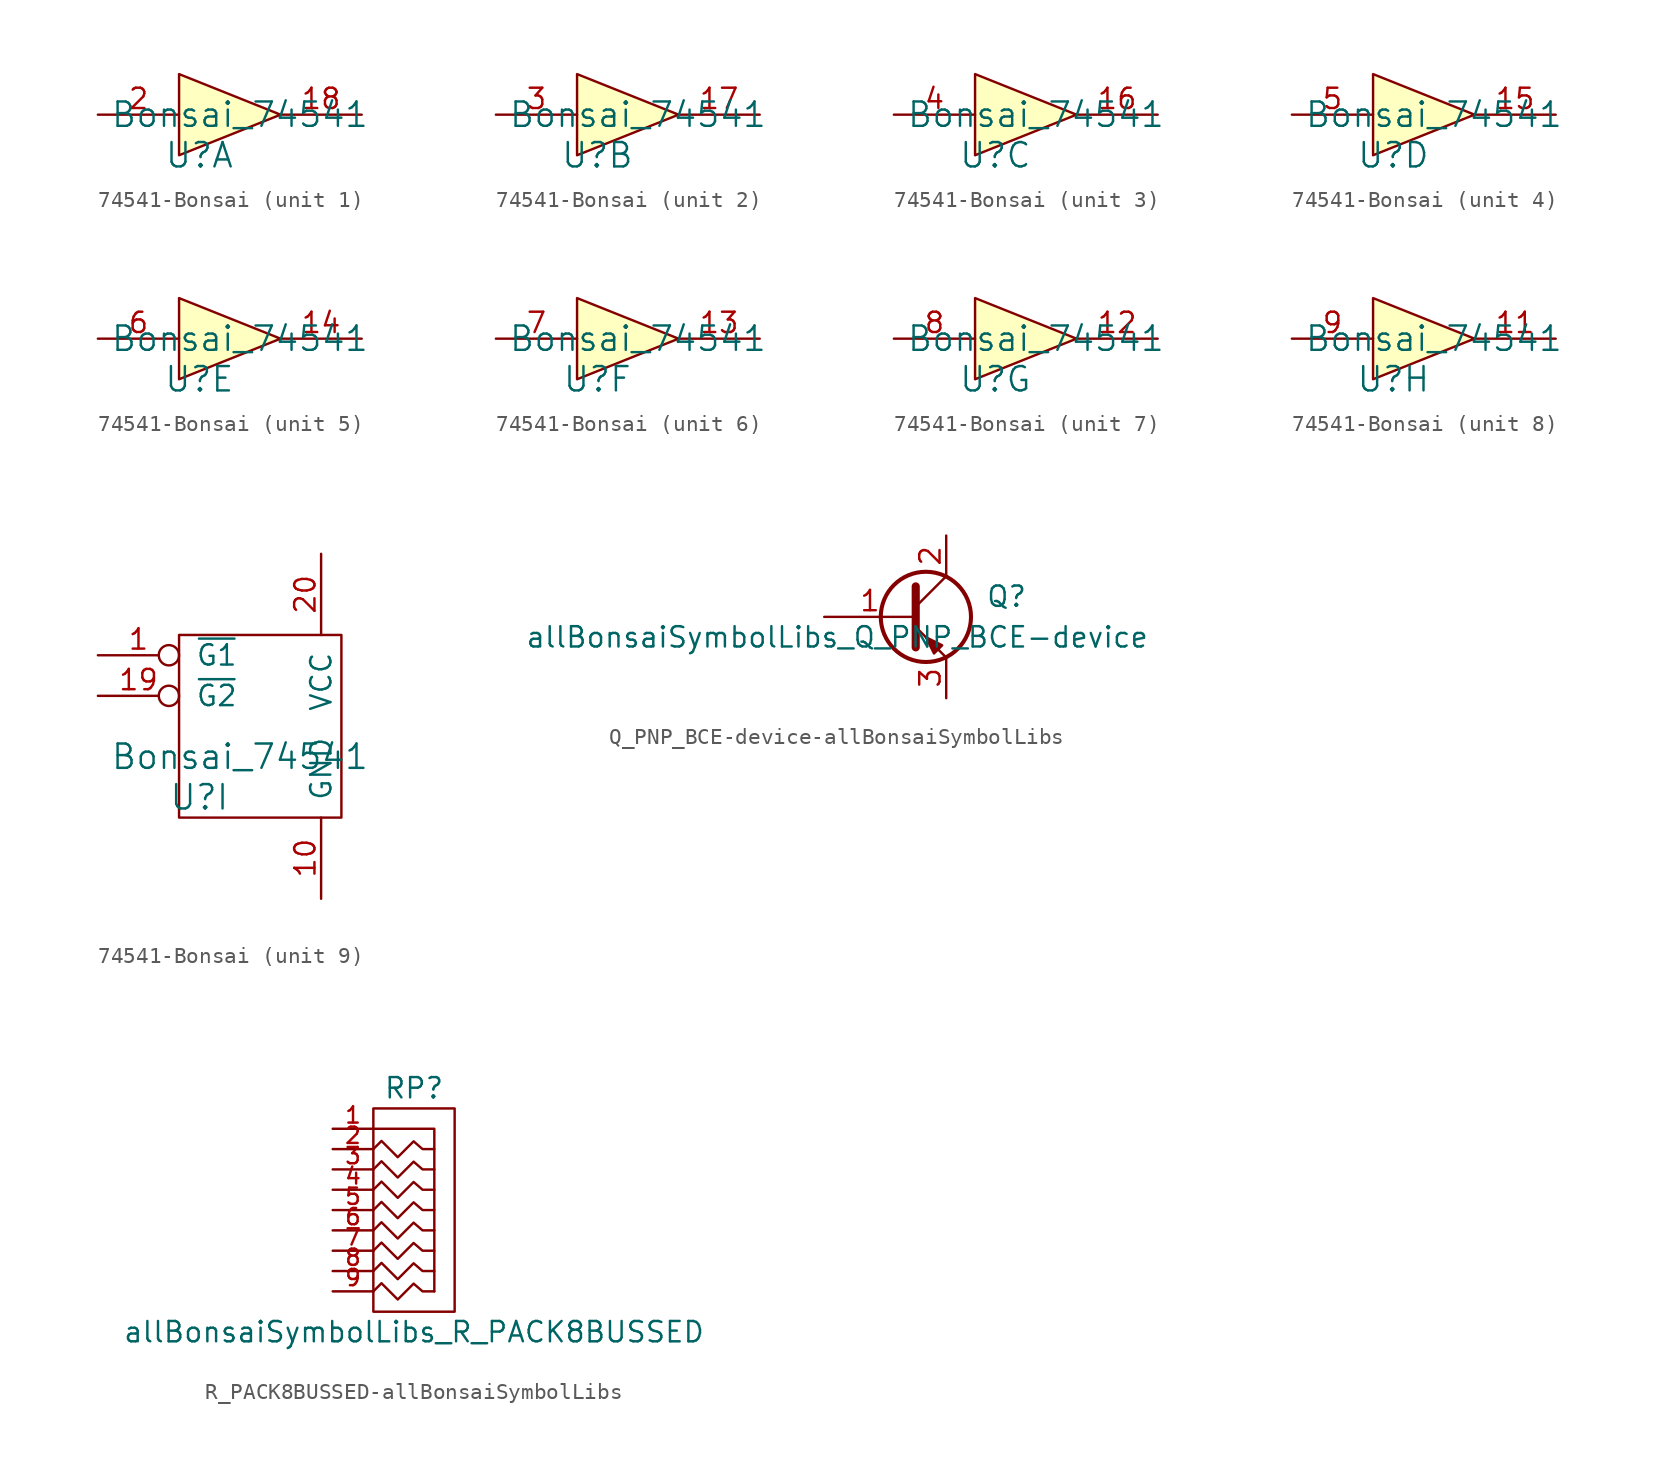
<source format=kicad_sym>
(kicad_symbol_lib
  (version 20220914)
  (generator kicad_symbol_editor)
  (symbol "74541-Bonsai"
    (pin_names
      (offset 1.016))
    (property "Reference" "U"
      (at -2.54 -2.54 0)
      (effects (font (size 1.524 1.524))))
    (property "Value" "Bonsai_74541"
      (at 0 0 0)
      (effects (font (size 1.524 1.524))))
    (property "ki_locked" ""
      (at 0 0 0)
      (effects (font (size 1.27 1.27))))
    (symbol "74541-Bonsai_1_1"
      (polyline (pts (xy -3.81 2.54) (xy -3.81 -2.54) (xy 2.54 0) (xy -3.81 2.54)) (stroke (width 0) (type solid)) (fill (type background)))
      (pin output line (at 7.62 0 180) (length 5.08) (name "~" (effects (font (size 1.27 1.27)))) (number "18" (effects (font (size 1.27 1.27)))))
      (pin input line (at -8.89 0 0) (length 5.08) (name "~" (effects (font (size 1.27 1.27)))) (number "2" (effects (font (size 1.27 1.27))))))
    (symbol "74541-Bonsai_2_1"
      (polyline (pts (xy -3.81 2.54) (xy -3.81 -2.54) (xy 2.54 0) (xy -3.81 2.54)) (stroke (width 0) (type solid)) (fill (type background)))
      (pin output line (at 7.62 0 180) (length 5.08) (name "~" (effects (font (size 1.27 1.27)))) (number "17" (effects (font (size 1.27 1.27)))))
      (pin input line (at -8.89 0 0) (length 5.08) (name "~" (effects (font (size 1.27 1.27)))) (number "3" (effects (font (size 1.27 1.27))))))
    (symbol "74541-Bonsai_3_1"
      (polyline (pts (xy -3.81 2.54) (xy -3.81 -2.54) (xy 2.54 0) (xy -3.81 2.54)) (stroke (width 0) (type solid)) (fill (type background)))
      (pin output line (at 7.62 0 180) (length 5.08) (name "~" (effects (font (size 1.27 1.27)))) (number "16" (effects (font (size 1.27 1.27)))))
      (pin input line (at -8.89 0 0) (length 5.08) (name "~" (effects (font (size 1.27 1.27)))) (number "4" (effects (font (size 1.27 1.27))))))
    (symbol "74541-Bonsai_4_1"
      (polyline (pts (xy -3.81 2.54) (xy -3.81 -2.54) (xy 2.54 0) (xy -3.81 2.54)) (stroke (width 0) (type solid)) (fill (type background)))
      (pin output line (at 7.62 0 180) (length 5.08) (name "~" (effects (font (size 1.27 1.27)))) (number "15" (effects (font (size 1.27 1.27)))))
      (pin input line (at -8.89 0 0) (length 5.08) (name "~" (effects (font (size 1.27 1.27)))) (number "5" (effects (font (size 1.27 1.27))))))
    (symbol "74541-Bonsai_5_1"
      (polyline (pts (xy -3.81 2.54) (xy -3.81 -2.54) (xy 2.54 0) (xy -3.81 2.54)) (stroke (width 0) (type solid)) (fill (type background)))
      (pin output line (at 7.62 0 180) (length 5.08) (name "~" (effects (font (size 1.27 1.27)))) (number "14" (effects (font (size 1.27 1.27)))))
      (pin input line (at -8.89 0 0) (length 5.08) (name "~" (effects (font (size 1.27 1.27)))) (number "6" (effects (font (size 1.27 1.27))))))
    (symbol "74541-Bonsai_6_1"
      (polyline (pts (xy -3.81 2.54) (xy -3.81 -2.54) (xy 2.54 0) (xy -3.81 2.54)) (stroke (width 0) (type solid)) (fill (type background)))
      (pin output line (at 7.62 0 180) (length 5.08) (name "~" (effects (font (size 1.27 1.27)))) (number "13" (effects (font (size 1.27 1.27)))))
      (pin input line (at -8.89 0 0) (length 5.08) (name "~" (effects (font (size 1.27 1.27)))) (number "7" (effects (font (size 1.27 1.27))))))
    (symbol "74541-Bonsai_7_1"
      (polyline (pts (xy -3.81 2.54) (xy -3.81 -2.54) (xy 2.54 0) (xy -3.81 2.54)) (stroke (width 0) (type solid)) (fill (type background)))
      (pin output line (at 7.62 0 180) (length 5.08) (name "~" (effects (font (size 1.27 1.27)))) (number "12" (effects (font (size 1.27 1.27)))))
      (pin input line (at -8.89 0 0) (length 5.08) (name "~" (effects (font (size 1.27 1.27)))) (number "8" (effects (font (size 1.27 1.27))))))
    (symbol "74541-Bonsai_8_1"
      (polyline (pts (xy -3.81 2.54) (xy -3.81 -2.54) (xy 2.54 0) (xy -3.81 2.54)) (stroke (width 0) (type solid)) (fill (type background)))
      (pin output line (at 7.62 0 180) (length 5.08) (name "~" (effects (font (size 1.27 1.27)))) (number "11" (effects (font (size 1.27 1.27)))))
      (pin input line (at -8.89 0 0) (length 5.08) (name "~" (effects (font (size 1.27 1.27)))) (number "9" (effects (font (size 1.27 1.27))))))
    (symbol "74541-Bonsai_9_0"
      (pin input inverted (at -8.89 6.35 0) (length 5.08) (name "~{G1}" (effects (font (size 1.27 1.27)))) (number "1" (effects (font (size 1.27 1.27)))))
      (pin power_in line (at 5.08 -8.89 90) (length 5.08) (name "GND" (effects (font (size 1.27 1.27)))) (number "10" (effects (font (size 1.27 1.27)))))
      (pin input inverted (at -8.89 3.81 0) (length 5.08) (name "~{G2}" (effects (font (size 1.27 1.27)))) (number "19" (effects (font (size 1.27 1.27)))))
      (pin power_in line (at 5.08 12.7 270) (length 5.08) (name "VCC" (effects (font (size 1.27 1.27)))) (number "20" (effects (font (size 1.27 1.27))))))
    (symbol "74541-Bonsai_9_1"
      (polyline (pts (xy -3.81 7.62) (xy 6.35 7.62) (xy 6.35 -3.81) (xy -3.81 -3.81) (xy -3.81 7.62)) (stroke (width 0) (type solid)) (fill (type none)))))
  (symbol "Q_PNP_BCE-device-allBonsaiSymbolLibs"
    (pin_names
      (offset 0) hide)
    (property "Reference" "Q"
      (at 7.62 1.27 0)
      (effects (font (size 1.27 1.27)) (justify right)))
    (property "Value" "allBonsaiSymbolLibs_Q_PNP_BCE-device"
      (at 15.24 -1.27 0)
      (effects (font (size 1.27 1.27)) (justify right)))
    (property "Footprint" ""
      (at 5.08 2.54 0)
      (effects (font (size 1.27 1.27))))
    (property "Datasheet" ""
      (at 0 0 0)
      (effects (font (size 1.27 1.27))))
    (symbol "Q_PNP_BCE-device-allBonsaiSymbolLibs_0_1"
      (polyline (pts (xy 0.635 0.635) (xy 2.54 2.54)) (stroke (width 0) (type solid)) (fill (type none)))
      (polyline (pts (xy 0.635 -0.635) (xy 2.54 -2.54) (xy 2.54 -2.54)) (stroke (width 0) (type solid)) (fill (type none)))
      (polyline (pts (xy 0.635 1.905) (xy 0.635 -1.905) (xy 0.635 -1.905)) (stroke (width 0.508) (type solid)) (fill (type none)))
      (polyline (pts (xy 2.286 -1.778) (xy 1.778 -2.286) (xy 1.27 -1.27) (xy 2.286 -1.778) (xy 2.286 -1.778)) (stroke (width 0) (type solid)) (fill (type outline)))
      (circle (center 1.27 0) (radius 2.819) (stroke (width 0.254) (type solid)) (fill (type none))))
    (symbol "Q_PNP_BCE-device-allBonsaiSymbolLibs_1_1"
      (pin input line (at -5.08 0 0) (length 5.715) (name "B" (effects (font (size 1.27 1.27)))) (number "1" (effects (font (size 1.27 1.27)))))
      (pin passive line (at 2.54 5.08 270) (length 2.54) (name "C" (effects (font (size 1.27 1.27)))) (number "2" (effects (font (size 1.27 1.27)))))
      (pin passive line (at 2.54 -5.08 90) (length 2.54) (name "E" (effects (font (size 1.27 1.27)))) (number "3" (effects (font (size 1.27 1.27)))))))
  (symbol "R_PACK8BUSSED-allBonsaiSymbolLibs"
    (pin_names hide)
    (property "Reference" "RP"
      (at 0 7.62 0)
      (effects (font (size 1.27 1.27))))
    (property "Value" "allBonsaiSymbolLibs_R_PACK8BUSSED"
      (at 0 -7.62 0)
      (effects (font (size 1.27 1.27))))
    (property "Footprint" ""
      (at 0 1.27 0)
      (effects (font (size 1.524 1.524))))
    (property "Datasheet" ""
      (at 0 1.27 0)
      (effects (font (size 1.524 1.524))))
    (symbol "R_PACK8BUSSED-allBonsaiSymbolLibs_0_1"
      (rectangle (start -2.54 6.35) (end 2.54 -6.35) (stroke (width 0) (type solid)) (fill (type none)))
      (polyline (pts (xy -2.54 5.08) (xy 1.27 5.08) (xy 1.27 -5.08)) (stroke (width 0) (type solid)) (fill (type none)))
      (polyline (pts (xy -2.54 -5.08) (xy -2.032 -4.572) (xy -1.016 -5.588) (xy -0.025 -4.597) (xy 0.533 -5.08) (xy 1.27 -5.08)) (stroke (width 0) (type solid)) (fill (type none)))
      (polyline (pts (xy -2.54 -3.81) (xy -2.032 -3.302) (xy -1.016 -4.318) (xy -0.025 -3.327) (xy 0.533 -3.81) (xy 1.27 -3.81)) (stroke (width 0) (type solid)) (fill (type none)))
      (polyline (pts (xy -2.54 -2.54) (xy -2.032 -2.032) (xy -1.016 -3.048) (xy -0.025 -2.057) (xy 0.533 -2.54) (xy 1.27 -2.54)) (stroke (width 0) (type solid)) (fill (type none)))
      (polyline (pts (xy -2.54 -1.27) (xy -2.032 -0.762) (xy -1.016 -1.778) (xy -0.025 -0.787) (xy 0.533 -1.27) (xy 1.27 -1.27)) (stroke (width 0) (type solid)) (fill (type none)))
      (polyline (pts (xy -2.54 0) (xy -2.032 0.508) (xy -1.016 -0.508) (xy -0.025 0.483) (xy 0.533 0) (xy 1.27 0)) (stroke (width 0) (type solid)) (fill (type none)))
      (polyline (pts (xy -2.54 1.27) (xy -2.032 1.778) (xy -1.016 0.762) (xy -0.025 1.753) (xy 0.533 1.27) (xy 1.27 1.27)) (stroke (width 0) (type solid)) (fill (type none)))
      (polyline (pts (xy -2.54 2.54) (xy -2.032 3.048) (xy -1.016 2.032) (xy -0.025 3.023) (xy 0.533 2.54) (xy 1.27 2.54)) (stroke (width 0) (type solid)) (fill (type none)))
      (polyline (pts (xy -2.54 3.81) (xy -2.032 4.318) (xy -1.016 3.302) (xy -0.025 4.293) (xy 0.533 3.81) (xy 1.27 3.81)) (stroke (width 0) (type solid)) (fill (type none))))
    (symbol "R_PACK8BUSSED-allBonsaiSymbolLibs_1_1"
      (pin passive line (at -5.08 5.08 0) (length 2.54) (name "P1" (effects (font (size 1.016 1.016)))) (number "1" (effects (font (size 1.016 1.016)))))
      (pin passive line (at -5.08 3.81 0) (length 2.54) (name "P2" (effects (font (size 1.016 1.016)))) (number "2" (effects (font (size 1.016 1.016)))))
      (pin passive line (at -5.08 2.54 0) (length 2.54) (name "P3" (effects (font (size 1.016 1.016)))) (number "3" (effects (font (size 1.016 1.016)))))
      (pin passive line (at -5.08 1.27 0) (length 2.54) (name "P4" (effects (font (size 1.016 1.016)))) (number "4" (effects (font (size 1.016 1.016)))))
      (pin passive line (at -5.08 0 0) (length 2.54) (name "P5" (effects (font (size 1.016 1.016)))) (number "5" (effects (font (size 1.016 1.016)))))
      (pin input line (at -5.08 -1.27 0) (length 2.54) (name "P6" (effects (font (size 1.016 1.016)))) (number "6" (effects (font (size 1.016 1.016)))))
      (pin input line (at -5.08 -2.54 0) (length 2.54) (name "P7" (effects (font (size 1.016 1.016)))) (number "7" (effects (font (size 1.016 1.016)))))
      (pin input line (at -5.08 -3.81 0) (length 2.54) (name "P8" (effects (font (size 1.016 1.016)))) (number "8" (effects (font (size 1.016 1.016)))))
      (pin input line (at -5.08 -5.08 0) (length 2.54) (name "P9" (effects (font (size 1.016 1.016)))) (number "9" (effects (font (size 1.016 1.016))))))))
</source>
